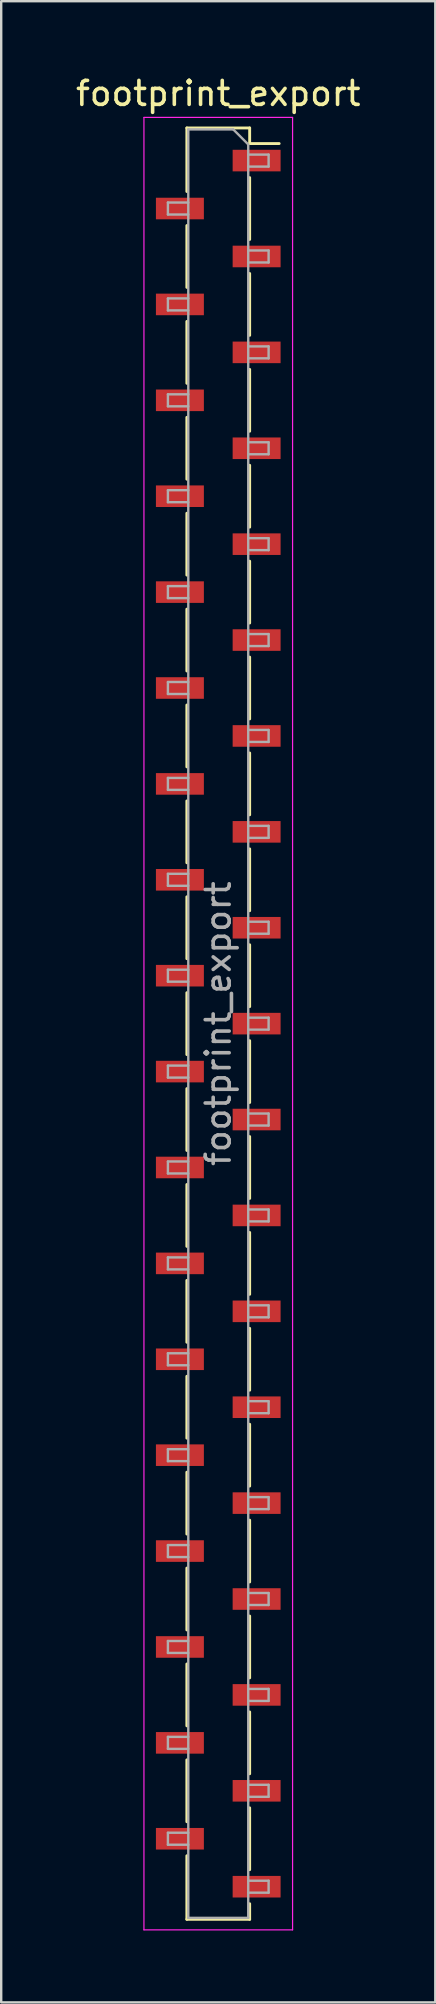
<source format=kicad_pcb>
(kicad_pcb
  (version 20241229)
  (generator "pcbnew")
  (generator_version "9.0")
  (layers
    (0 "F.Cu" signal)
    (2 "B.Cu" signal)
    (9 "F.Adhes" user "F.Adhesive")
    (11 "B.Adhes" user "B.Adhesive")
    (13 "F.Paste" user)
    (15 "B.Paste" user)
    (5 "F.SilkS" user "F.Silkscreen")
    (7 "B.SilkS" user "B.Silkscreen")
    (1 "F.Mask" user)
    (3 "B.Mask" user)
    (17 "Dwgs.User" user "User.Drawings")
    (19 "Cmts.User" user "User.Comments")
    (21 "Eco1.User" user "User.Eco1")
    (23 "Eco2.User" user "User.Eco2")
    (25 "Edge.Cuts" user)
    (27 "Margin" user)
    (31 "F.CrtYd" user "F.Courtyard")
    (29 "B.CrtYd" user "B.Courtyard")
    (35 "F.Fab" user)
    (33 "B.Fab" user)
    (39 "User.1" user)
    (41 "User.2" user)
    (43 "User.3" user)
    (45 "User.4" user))
  (footprint "footprint_export"
    (layer "F.Cu")
    (at 6.054 39.648)
    (property "Reference" "footprint_export" (at 0 -38.8 0) (layer "F.SilkS") (effects (font (size 1 1) (thickness 0.15))))
    (attr smd)
    (fp_line (start -1.31 -37.36) (end -1.31 -34.71) (stroke (width 0.12) (type solid)) (layer "F.SilkS"))
    (fp_line (start -1.31 -37.36) (end 1.31 -37.36) (stroke (width 0.12) (type solid)) (layer "F.SilkS"))
    (fp_line (start -1.31 -33.29) (end -1.31 -30.71) (stroke (width 0.12) (type solid)) (layer "F.SilkS"))
    (fp_line (start -1.31 -29.29) (end -1.31 -26.71) (stroke (width 0.12) (type solid)) (layer "F.SilkS"))
    (fp_line (start -1.31 -25.29) (end -1.31 -22.71) (stroke (width 0.12) (type solid)) (layer "F.SilkS"))
    (fp_line (start -1.31 -21.29) (end -1.31 -18.71) (stroke (width 0.12) (type solid)) (layer "F.SilkS"))
    (fp_line (start -1.31 -17.29) (end -1.31 -14.71) (stroke (width 0.12) (type solid)) (layer "F.SilkS"))
    (fp_line (start -1.31 -13.29) (end -1.31 -10.71) (stroke (width 0.12) (type solid)) (layer "F.SilkS"))
    (fp_line (start -1.31 -9.29) (end -1.31 -6.71) (stroke (width 0.12) (type solid)) (layer "F.SilkS"))
    (fp_line (start -1.31 -5.29) (end -1.31 -2.71) (stroke (width 0.12) (type solid)) (layer "F.SilkS"))
    (fp_line (start -1.31 -1.29) (end -1.31 1.29) (stroke (width 0.12) (type solid)) (layer "F.SilkS"))
    (fp_line (start -1.31 2.71) (end -1.31 5.29) (stroke (width 0.12) (type solid)) (layer "F.SilkS"))
    (fp_line (start -1.31 6.71) (end -1.31 9.29) (stroke (width 0.12) (type solid)) (layer "F.SilkS"))
    (fp_line (start -1.31 10.71) (end -1.31 13.29) (stroke (width 0.12) (type solid)) (layer "F.SilkS"))
    (fp_line (start -1.31 14.71) (end -1.31 17.29) (stroke (width 0.12) (type solid)) (layer "F.SilkS"))
    (fp_line (start -1.31 18.71) (end -1.31 21.29) (stroke (width 0.12) (type solid)) (layer "F.SilkS"))
    (fp_line (start -1.31 22.71) (end -1.31 25.29) (stroke (width 0.12) (type solid)) (layer "F.SilkS"))
    (fp_line (start -1.31 26.71) (end -1.31 29.29) (stroke (width 0.12) (type solid)) (layer "F.SilkS"))
    (fp_line (start -1.31 30.71) (end -1.31 33.29) (stroke (width 0.12) (type solid)) (layer "F.SilkS"))
    (fp_line (start -1.31 34.71) (end -1.31 37.36) (stroke (width 0.12) (type solid)) (layer "F.SilkS"))
    (fp_line (start -1.31 37.36) (end 1.31 37.36) (stroke (width 0.12) (type solid)) (layer "F.SilkS"))
    (fp_line (start 1.31 -37.36) (end 1.31 -36.71) (stroke (width 0.12) (type solid)) (layer "F.SilkS"))
    (fp_line (start 1.31 -36.71) (end 2.54 -36.71) (stroke (width 0.12) (type solid)) (layer "F.SilkS"))
    (fp_line (start 1.31 -35.29) (end 1.31 -32.71) (stroke (width 0.12) (type solid)) (layer "F.SilkS"))
    (fp_line (start 1.31 -31.29) (end 1.31 -28.71) (stroke (width 0.12) (type solid)) (layer "F.SilkS"))
    (fp_line (start 1.31 -27.29) (end 1.31 -24.71) (stroke (width 0.12) (type solid)) (layer "F.SilkS"))
    (fp_line (start 1.31 -23.29) (end 1.31 -20.71) (stroke (width 0.12) (type solid)) (layer "F.SilkS"))
    (fp_line (start 1.31 -19.29) (end 1.31 -16.71) (stroke (width 0.12) (type solid)) (layer "F.SilkS"))
    (fp_line (start 1.31 -15.29) (end 1.31 -12.71) (stroke (width 0.12) (type solid)) (layer "F.SilkS"))
    (fp_line (start 1.31 -11.29) (end 1.31 -8.71) (stroke (width 0.12) (type solid)) (layer "F.SilkS"))
    (fp_line (start 1.31 -7.29) (end 1.31 -4.71) (stroke (width 0.12) (type solid)) (layer "F.SilkS"))
    (fp_line (start 1.31 -3.29) (end 1.31 -0.71) (stroke (width 0.12) (type solid)) (layer "F.SilkS"))
    (fp_line (start 1.31 0.71) (end 1.31 3.29) (stroke (width 0.12) (type solid)) (layer "F.SilkS"))
    (fp_line (start 1.31 4.71) (end 1.31 7.29) (stroke (width 0.12) (type solid)) (layer "F.SilkS"))
    (fp_line (start 1.31 8.71) (end 1.31 11.29) (stroke (width 0.12) (type solid)) (layer "F.SilkS"))
    (fp_line (start 1.31 12.71) (end 1.31 15.29) (stroke (width 0.12) (type solid)) (layer "F.SilkS"))
    (fp_line (start 1.31 16.71) (end 1.31 19.29) (stroke (width 0.12) (type solid)) (layer "F.SilkS"))
    (fp_line (start 1.31 20.71) (end 1.31 23.29) (stroke (width 0.12) (type solid)) (layer "F.SilkS"))
    (fp_line (start 1.31 24.71) (end 1.31 27.29) (stroke (width 0.12) (type solid)) (layer "F.SilkS"))
    (fp_line (start 1.31 28.71) (end 1.31 31.29) (stroke (width 0.12) (type solid)) (layer "F.SilkS"))
    (fp_line (start 1.31 32.71) (end 1.31 35.29) (stroke (width 0.12) (type solid)) (layer "F.SilkS"))
    (fp_line (start 1.31 36.71) (end 1.31 37.36) (stroke (width 0.12) (type solid)) (layer "F.SilkS"))
    (fp_line (start -3.1 -37.8) (end 3.1 -37.8) (stroke (width 0.05) (type solid)) (layer "F.CrtYd"))
    (fp_line (start -3.1 37.8) (end -3.1 -37.8) (stroke (width 0.05) (type solid)) (layer "F.CrtYd"))
    (fp_line (start 3.1 -37.8) (end 3.1 37.8) (stroke (width 0.05) (type solid)) (layer "F.CrtYd"))
    (fp_line (start 3.1 37.8) (end -3.1 37.8) (stroke (width 0.05) (type solid)) (layer "F.CrtYd"))
    (fp_line (start -2.1 -34.25) (end -1.25 -34.25) (stroke (width 0.1) (type solid)) (layer "F.Fab"))
    (fp_line (start -2.1 -33.75) (end -2.1 -34.25) (stroke (width 0.1) (type solid)) (layer "F.Fab"))
    (fp_line (start -2.1 -30.25) (end -1.25 -30.25) (stroke (width 0.1) (type solid)) (layer "F.Fab"))
    (fp_line (start -2.1 -29.75) (end -2.1 -30.25) (stroke (width 0.1) (type solid)) (layer "F.Fab"))
    (fp_line (start -2.1 -26.25) (end -1.25 -26.25) (stroke (width 0.1) (type solid)) (layer "F.Fab"))
    (fp_line (start -2.1 -25.75) (end -2.1 -26.25) (stroke (width 0.1) (type solid)) (layer "F.Fab"))
    (fp_line (start -2.1 -22.25) (end -1.25 -22.25) (stroke (width 0.1) (type solid)) (layer "F.Fab"))
    (fp_line (start -2.1 -21.75) (end -2.1 -22.25) (stroke (width 0.1) (type solid)) (layer "F.Fab"))
    (fp_line (start -2.1 -18.25) (end -1.25 -18.25) (stroke (width 0.1) (type solid)) (layer "F.Fab"))
    (fp_line (start -2.1 -17.75) (end -2.1 -18.25) (stroke (width 0.1) (type solid)) (layer "F.Fab"))
    (fp_line (start -2.1 -14.25) (end -1.25 -14.25) (stroke (width 0.1) (type solid)) (layer "F.Fab"))
    (fp_line (start -2.1 -13.75) (end -2.1 -14.25) (stroke (width 0.1) (type solid)) (layer "F.Fab"))
    (fp_line (start -2.1 -10.25) (end -1.25 -10.25) (stroke (width 0.1) (type solid)) (layer "F.Fab"))
    (fp_line (start -2.1 -9.75) (end -2.1 -10.25) (stroke (width 0.1) (type solid)) (layer "F.Fab"))
    (fp_line (start -2.1 -6.25) (end -1.25 -6.25) (stroke (width 0.1) (type solid)) (layer "F.Fab"))
    (fp_line (start -2.1 -5.75) (end -2.1 -6.25) (stroke (width 0.1) (type solid)) (layer "F.Fab"))
    (fp_line (start -2.1 -2.25) (end -1.25 -2.25) (stroke (width 0.1) (type solid)) (layer "F.Fab"))
    (fp_line (start -2.1 -1.75) (end -2.1 -2.25) (stroke (width 0.1) (type solid)) (layer "F.Fab"))
    (fp_line (start -2.1 1.75) (end -1.25 1.75) (stroke (width 0.1) (type solid)) (layer "F.Fab"))
    (fp_line (start -2.1 2.25) (end -2.1 1.75) (stroke (width 0.1) (type solid)) (layer "F.Fab"))
    (fp_line (start -2.1 5.75) (end -1.25 5.75) (stroke (width 0.1) (type solid)) (layer "F.Fab"))
    (fp_line (start -2.1 6.25) (end -2.1 5.75) (stroke (width 0.1) (type solid)) (layer "F.Fab"))
    (fp_line (start -2.1 9.75) (end -1.25 9.75) (stroke (width 0.1) (type solid)) (layer "F.Fab"))
    (fp_line (start -2.1 10.25) (end -2.1 9.75) (stroke (width 0.1) (type solid)) (layer "F.Fab"))
    (fp_line (start -2.1 13.75) (end -1.25 13.75) (stroke (width 0.1) (type solid)) (layer "F.Fab"))
    (fp_line (start -2.1 14.25) (end -2.1 13.75) (stroke (width 0.1) (type solid)) (layer "F.Fab"))
    (fp_line (start -2.1 17.75) (end -1.25 17.75) (stroke (width 0.1) (type solid)) (layer "F.Fab"))
    (fp_line (start -2.1 18.25) (end -2.1 17.75) (stroke (width 0.1) (type solid)) (layer "F.Fab"))
    (fp_line (start -2.1 21.75) (end -1.25 21.75) (stroke (width 0.1) (type solid)) (layer "F.Fab"))
    (fp_line (start -2.1 22.25) (end -2.1 21.75) (stroke (width 0.1) (type solid)) (layer "F.Fab"))
    (fp_line (start -2.1 25.75) (end -1.25 25.75) (stroke (width 0.1) (type solid)) (layer "F.Fab"))
    (fp_line (start -2.1 26.25) (end -2.1 25.75) (stroke (width 0.1) (type solid)) (layer "F.Fab"))
    (fp_line (start -2.1 29.75) (end -1.25 29.75) (stroke (width 0.1) (type solid)) (layer "F.Fab"))
    (fp_line (start -2.1 30.25) (end -2.1 29.75) (stroke (width 0.1) (type solid)) (layer "F.Fab"))
    (fp_line (start -2.1 33.75) (end -1.25 33.75) (stroke (width 0.1) (type solid)) (layer "F.Fab"))
    (fp_line (start -2.1 34.25) (end -2.1 33.75) (stroke (width 0.1) (type solid)) (layer "F.Fab"))
    (fp_line (start -1.25 -37.3) (end 0.625 -37.3) (stroke (width 0.1) (type solid)) (layer "F.Fab"))
    (fp_line (start -1.25 -33.75) (end -2.1 -33.75) (stroke (width 0.1) (type solid)) (layer "F.Fab"))
    (fp_line (start -1.25 -29.75) (end -2.1 -29.75) (stroke (width 0.1) (type solid)) (layer "F.Fab"))
    (fp_line (start -1.25 -25.75) (end -2.1 -25.75) (stroke (width 0.1) (type solid)) (layer "F.Fab"))
    (fp_line (start -1.25 -21.75) (end -2.1 -21.75) (stroke (width 0.1) (type solid)) (layer "F.Fab"))
    (fp_line (start -1.25 -17.75) (end -2.1 -17.75) (stroke (width 0.1) (type solid)) (layer "F.Fab"))
    (fp_line (start -1.25 -13.75) (end -2.1 -13.75) (stroke (width 0.1) (type solid)) (layer "F.Fab"))
    (fp_line (start -1.25 -9.75) (end -2.1 -9.75) (stroke (width 0.1) (type solid)) (layer "F.Fab"))
    (fp_line (start -1.25 -5.75) (end -2.1 -5.75) (stroke (width 0.1) (type solid)) (layer "F.Fab"))
    (fp_line (start -1.25 -1.75) (end -2.1 -1.75) (stroke (width 0.1) (type solid)) (layer "F.Fab"))
    (fp_line (start -1.25 2.25) (end -2.1 2.25) (stroke (width 0.1) (type solid)) (layer "F.Fab"))
    (fp_line (start -1.25 6.25) (end -2.1 6.25) (stroke (width 0.1) (type solid)) (layer "F.Fab"))
    (fp_line (start -1.25 10.25) (end -2.1 10.25) (stroke (width 0.1) (type solid)) (layer "F.Fab"))
    (fp_line (start -1.25 14.25) (end -2.1 14.25) (stroke (width 0.1) (type solid)) (layer "F.Fab"))
    (fp_line (start -1.25 18.25) (end -2.1 18.25) (stroke (width 0.1) (type solid)) (layer "F.Fab"))
    (fp_line (start -1.25 22.25) (end -2.1 22.25) (stroke (width 0.1) (type solid)) (layer "F.Fab"))
    (fp_line (start -1.25 26.25) (end -2.1 26.25) (stroke (width 0.1) (type solid)) (layer "F.Fab"))
    (fp_line (start -1.25 30.25) (end -2.1 30.25) (stroke (width 0.1) (type solid)) (layer "F.Fab"))
    (fp_line (start -1.25 34.25) (end -2.1 34.25) (stroke (width 0.1) (type solid)) (layer "F.Fab"))
    (fp_line (start -1.25 37.3) (end -1.25 -37.3) (stroke (width 0.1) (type solid)) (layer "F.Fab"))
    (fp_line (start 0.625 -37.3) (end 1.25 -36.675) (stroke (width 0.1) (type solid)) (layer "F.Fab"))
    (fp_line (start 1.25 -36.675) (end 1.25 37.3) (stroke (width 0.1) (type solid)) (layer "F.Fab"))
    (fp_line (start 1.25 -36.25) (end 2.1 -36.25) (stroke (width 0.1) (type solid)) (layer "F.Fab"))
    (fp_line (start 1.25 -32.25) (end 2.1 -32.25) (stroke (width 0.1) (type solid)) (layer "F.Fab"))
    (fp_line (start 1.25 -28.25) (end 2.1 -28.25) (stroke (width 0.1) (type solid)) (layer "F.Fab"))
    (fp_line (start 1.25 -24.25) (end 2.1 -24.25) (stroke (width 0.1) (type solid)) (layer "F.Fab"))
    (fp_line (start 1.25 -20.25) (end 2.1 -20.25) (stroke (width 0.1) (type solid)) (layer "F.Fab"))
    (fp_line (start 1.25 -16.25) (end 2.1 -16.25) (stroke (width 0.1) (type solid)) (layer "F.Fab"))
    (fp_line (start 1.25 -12.25) (end 2.1 -12.25) (stroke (width 0.1) (type solid)) (layer "F.Fab"))
    (fp_line (start 1.25 -8.25) (end 2.1 -8.25) (stroke (width 0.1) (type solid)) (layer "F.Fab"))
    (fp_line (start 1.25 -4.25) (end 2.1 -4.25) (stroke (width 0.1) (type solid)) (layer "F.Fab"))
    (fp_line (start 1.25 -0.25) (end 2.1 -0.25) (stroke (width 0.1) (type solid)) (layer "F.Fab"))
    (fp_line (start 1.25 3.75) (end 2.1 3.75) (stroke (width 0.1) (type solid)) (layer "F.Fab"))
    (fp_line (start 1.25 7.75) (end 2.1 7.75) (stroke (width 0.1) (type solid)) (layer "F.Fab"))
    (fp_line (start 1.25 11.75) (end 2.1 11.75) (stroke (width 0.1) (type solid)) (layer "F.Fab"))
    (fp_line (start 1.25 15.75) (end 2.1 15.75) (stroke (width 0.1) (type solid)) (layer "F.Fab"))
    (fp_line (start 1.25 19.75) (end 2.1 19.75) (stroke (width 0.1) (type solid)) (layer "F.Fab"))
    (fp_line (start 1.25 23.75) (end 2.1 23.75) (stroke (width 0.1) (type solid)) (layer "F.Fab"))
    (fp_line (start 1.25 27.75) (end 2.1 27.75) (stroke (width 0.1) (type solid)) (layer "F.Fab"))
    (fp_line (start 1.25 31.75) (end 2.1 31.75) (stroke (width 0.1) (type solid)) (layer "F.Fab"))
    (fp_line (start 1.25 35.75) (end 2.1 35.75) (stroke (width 0.1) (type solid)) (layer "F.Fab"))
    (fp_line (start 1.25 37.3) (end -1.25 37.3) (stroke (width 0.1) (type solid)) (layer "F.Fab"))
    (fp_line (start 2.1 -36.25) (end 2.1 -35.75) (stroke (width 0.1) (type solid)) (layer "F.Fab"))
    (fp_line (start 2.1 -35.75) (end 1.25 -35.75) (stroke (width 0.1) (type solid)) (layer "F.Fab"))
    (fp_line (start 2.1 -32.25) (end 2.1 -31.75) (stroke (width 0.1) (type solid)) (layer "F.Fab"))
    (fp_line (start 2.1 -31.75) (end 1.25 -31.75) (stroke (width 0.1) (type solid)) (layer "F.Fab"))
    (fp_line (start 2.1 -28.25) (end 2.1 -27.75) (stroke (width 0.1) (type solid)) (layer "F.Fab"))
    (fp_line (start 2.1 -27.75) (end 1.25 -27.75) (stroke (width 0.1) (type solid)) (layer "F.Fab"))
    (fp_line (start 2.1 -24.25) (end 2.1 -23.75) (stroke (width 0.1) (type solid)) (layer "F.Fab"))
    (fp_line (start 2.1 -23.75) (end 1.25 -23.75) (stroke (width 0.1) (type solid)) (layer "F.Fab"))
    (fp_line (start 2.1 -20.25) (end 2.1 -19.75) (stroke (width 0.1) (type solid)) (layer "F.Fab"))
    (fp_line (start 2.1 -19.75) (end 1.25 -19.75) (stroke (width 0.1) (type solid)) (layer "F.Fab"))
    (fp_line (start 2.1 -16.25) (end 2.1 -15.75) (stroke (width 0.1) (type solid)) (layer "F.Fab"))
    (fp_line (start 2.1 -15.75) (end 1.25 -15.75) (stroke (width 0.1) (type solid)) (layer "F.Fab"))
    (fp_line (start 2.1 -12.25) (end 2.1 -11.75) (stroke (width 0.1) (type solid)) (layer "F.Fab"))
    (fp_line (start 2.1 -11.75) (end 1.25 -11.75) (stroke (width 0.1) (type solid)) (layer "F.Fab"))
    (fp_line (start 2.1 -8.25) (end 2.1 -7.75) (stroke (width 0.1) (type solid)) (layer "F.Fab"))
    (fp_line (start 2.1 -7.75) (end 1.25 -7.75) (stroke (width 0.1) (type solid)) (layer "F.Fab"))
    (fp_line (start 2.1 -4.25) (end 2.1 -3.75) (stroke (width 0.1) (type solid)) (layer "F.Fab"))
    (fp_line (start 2.1 -3.75) (end 1.25 -3.75) (stroke (width 0.1) (type solid)) (layer "F.Fab"))
    (fp_line (start 2.1 -0.25) (end 2.1 0.25) (stroke (width 0.1) (type solid)) (layer "F.Fab"))
    (fp_line (start 2.1 0.25) (end 1.25 0.25) (stroke (width 0.1) (type solid)) (layer "F.Fab"))
    (fp_line (start 2.1 3.75) (end 2.1 4.25) (stroke (width 0.1) (type solid)) (layer "F.Fab"))
    (fp_line (start 2.1 4.25) (end 1.25 4.25) (stroke (width 0.1) (type solid)) (layer "F.Fab"))
    (fp_line (start 2.1 7.75) (end 2.1 8.25) (stroke (width 0.1) (type solid)) (layer "F.Fab"))
    (fp_line (start 2.1 8.25) (end 1.25 8.25) (stroke (width 0.1) (type solid)) (layer "F.Fab"))
    (fp_line (start 2.1 11.75) (end 2.1 12.25) (stroke (width 0.1) (type solid)) (layer "F.Fab"))
    (fp_line (start 2.1 12.25) (end 1.25 12.25) (stroke (width 0.1) (type solid)) (layer "F.Fab"))
    (fp_line (start 2.1 15.75) (end 2.1 16.25) (stroke (width 0.1) (type solid)) (layer "F.Fab"))
    (fp_line (start 2.1 16.25) (end 1.25 16.25) (stroke (width 0.1) (type solid)) (layer "F.Fab"))
    (fp_line (start 2.1 19.75) (end 2.1 20.25) (stroke (width 0.1) (type solid)) (layer "F.Fab"))
    (fp_line (start 2.1 20.25) (end 1.25 20.25) (stroke (width 0.1) (type solid)) (layer "F.Fab"))
    (fp_line (start 2.1 23.75) (end 2.1 24.25) (stroke (width 0.1) (type solid)) (layer "F.Fab"))
    (fp_line (start 2.1 24.25) (end 1.25 24.25) (stroke (width 0.1) (type solid)) (layer "F.Fab"))
    (fp_line (start 2.1 27.75) (end 2.1 28.25) (stroke (width 0.1) (type solid)) (layer "F.Fab"))
    (fp_line (start 2.1 28.25) (end 1.25 28.25) (stroke (width 0.1) (type solid)) (layer "F.Fab"))
    (fp_line (start 2.1 31.75) (end 2.1 32.25) (stroke (width 0.1) (type solid)) (layer "F.Fab"))
    (fp_line (start 2.1 32.25) (end 1.25 32.25) (stroke (width 0.1) (type solid)) (layer "F.Fab"))
    (fp_line (start 2.1 35.75) (end 2.1 36.25) (stroke (width 0.1) (type solid)) (layer "F.Fab"))
    (fp_line (start 2.1 36.25) (end 1.25 36.25) (stroke (width 0.1) (type solid)) (layer "F.Fab"))
    (fp_text user "${REFERENCE}" (at 0 0 90) (layer "F.Fab") (effects (font (size 1 1) (thickness 0.15))))
    (pad "1" smd rect (at 1.6 -36) (size 2 0.9) (layers "F.Cu" "F.Mask" "F.Paste"))
    (pad "2" smd rect (at -1.6 -34) (size 2 0.9) (layers "F.Cu" "F.Mask" "F.Paste"))
    (pad "3" smd rect (at 1.6 -32) (size 2 0.9) (layers "F.Cu" "F.Mask" "F.Paste"))
    (pad "4" smd rect (at -1.6 -30) (size 2 0.9) (layers "F.Cu" "F.Mask" "F.Paste"))
    (pad "5" smd rect (at 1.6 -28) (size 2 0.9) (layers "F.Cu" "F.Mask" "F.Paste"))
    (pad "6" smd rect (at -1.6 -26) (size 2 0.9) (layers "F.Cu" "F.Mask" "F.Paste"))
    (pad "7" smd rect (at 1.6 -24) (size 2 0.9) (layers "F.Cu" "F.Mask" "F.Paste"))
    (pad "8" smd rect (at -1.6 -22) (size 2 0.9) (layers "F.Cu" "F.Mask" "F.Paste"))
    (pad "9" smd rect (at 1.6 -20) (size 2 0.9) (layers "F.Cu" "F.Mask" "F.Paste"))
    (pad "10" smd rect (at -1.6 -18) (size 2 0.9) (layers "F.Cu" "F.Mask" "F.Paste"))
    (pad "11" smd rect (at 1.6 -16) (size 2 0.9) (layers "F.Cu" "F.Mask" "F.Paste"))
    (pad "12" smd rect (at -1.6 -14) (size 2 0.9) (layers "F.Cu" "F.Mask" "F.Paste"))
    (pad "13" smd rect (at 1.6 -12) (size 2 0.9) (layers "F.Cu" "F.Mask" "F.Paste"))
    (pad "14" smd rect (at -1.6 -10) (size 2 0.9) (layers "F.Cu" "F.Mask" "F.Paste"))
    (pad "15" smd rect (at 1.6 -8) (size 2 0.9) (layers "F.Cu" "F.Mask" "F.Paste"))
    (pad "16" smd rect (at -1.6 -6) (size 2 0.9) (layers "F.Cu" "F.Mask" "F.Paste"))
    (pad "17" smd rect (at 1.6 -4) (size 2 0.9) (layers "F.Cu" "F.Mask" "F.Paste"))
    (pad "18" smd rect (at -1.6 -2) (size 2 0.9) (layers "F.Cu" "F.Mask" "F.Paste"))
    (pad "19" smd rect (at 1.6 0) (size 2 0.9) (layers "F.Cu" "F.Mask" "F.Paste"))
    (pad "20" smd rect (at -1.6 2) (size 2 0.9) (layers "F.Cu" "F.Mask" "F.Paste"))
    (pad "21" smd rect (at 1.6 4) (size 2 0.9) (layers "F.Cu" "F.Mask" "F.Paste"))
    (pad "22" smd rect (at -1.6 6) (size 2 0.9) (layers "F.Cu" "F.Mask" "F.Paste"))
    (pad "23" smd rect (at 1.6 8) (size 2 0.9) (layers "F.Cu" "F.Mask" "F.Paste"))
    (pad "24" smd rect (at -1.6 10) (size 2 0.9) (layers "F.Cu" "F.Mask" "F.Paste"))
    (pad "25" smd rect (at 1.6 12) (size 2 0.9) (layers "F.Cu" "F.Mask" "F.Paste"))
    (pad "26" smd rect (at -1.6 14) (size 2 0.9) (layers "F.Cu" "F.Mask" "F.Paste"))
    (pad "27" smd rect (at 1.6 16) (size 2 0.9) (layers "F.Cu" "F.Mask" "F.Paste"))
    (pad "28" smd rect (at -1.6 18) (size 2 0.9) (layers "F.Cu" "F.Mask" "F.Paste"))
    (pad "29" smd rect (at 1.6 20) (size 2 0.9) (layers "F.Cu" "F.Mask" "F.Paste"))
    (pad "30" smd rect (at -1.6 22) (size 2 0.9) (layers "F.Cu" "F.Mask" "F.Paste"))
    (pad "31" smd rect (at 1.6 24) (size 2 0.9) (layers "F.Cu" "F.Mask" "F.Paste"))
    (pad "32" smd rect (at -1.6 26) (size 2 0.9) (layers "F.Cu" "F.Mask" "F.Paste"))
    (pad "33" smd rect (at 1.6 28) (size 2 0.9) (layers "F.Cu" "F.Mask" "F.Paste"))
    (pad "34" smd rect (at -1.6 30) (size 2 0.9) (layers "F.Cu" "F.Mask" "F.Paste"))
    (pad "35" smd rect (at 1.6 32) (size 2 0.9) (layers "F.Cu" "F.Mask" "F.Paste"))
    (pad "36" smd rect (at -1.6 34) (size 2 0.9) (layers "F.Cu" "F.Mask" "F.Paste"))
    (pad "37" smd rect (at 1.6 36) (size 2 0.9) (layers "F.Cu" "F.Mask" "F.Paste")))
  (gr_rect
    (start -3 -3)
    (end 15.107 80.473)
    (stroke (width 0.1) (type default))
    (fill no)
    (layer "Edge.Cuts")))
</source>
